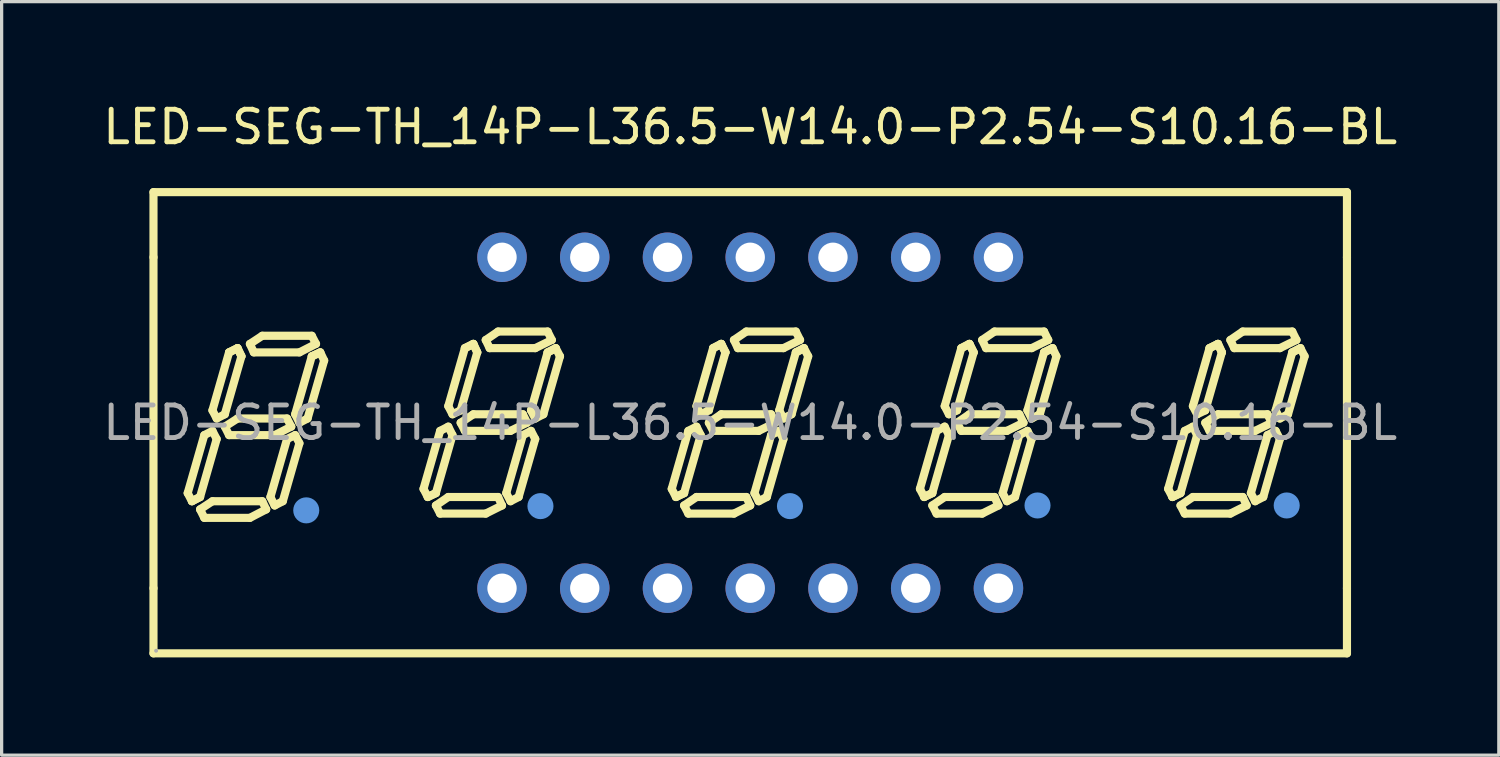
<source format=kicad_pcb>
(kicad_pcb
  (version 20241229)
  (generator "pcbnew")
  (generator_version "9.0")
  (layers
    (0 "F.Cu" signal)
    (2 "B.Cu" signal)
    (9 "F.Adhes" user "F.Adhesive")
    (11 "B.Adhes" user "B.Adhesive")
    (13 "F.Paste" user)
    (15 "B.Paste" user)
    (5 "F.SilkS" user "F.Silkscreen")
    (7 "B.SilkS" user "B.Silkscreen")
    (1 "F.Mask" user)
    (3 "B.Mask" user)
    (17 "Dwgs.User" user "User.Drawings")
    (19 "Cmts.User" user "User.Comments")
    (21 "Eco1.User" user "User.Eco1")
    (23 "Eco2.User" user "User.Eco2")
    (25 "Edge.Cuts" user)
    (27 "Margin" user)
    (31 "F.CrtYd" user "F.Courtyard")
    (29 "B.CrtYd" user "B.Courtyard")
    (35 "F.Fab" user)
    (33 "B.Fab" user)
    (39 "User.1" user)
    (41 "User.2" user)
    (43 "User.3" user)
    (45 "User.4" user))
  (footprint "LED-SEG-TH_14P-L36.5-W14.0-P2.54-S10.16-BL"
    (layer "F.Cu")
    (at 19.982 9.928)
    (property "Reference" "LED-SEG-TH_14P-L36.5-W14.0-P2.54-S10.16-BL" (at 0 -9.08 0) (layer "F.SilkS") (effects (font (size 1 1) (thickness 0.15))))
    (attr through_hole)
    (fp_line (start -18.32 -7.08) (end 18.32 -7.08) (stroke (width 0.25) (type solid)) (layer "F.SilkS"))
    (fp_line (start -18.32 -5.08) (end -18.32 -7.08) (stroke (width 0.25) (type solid)) (layer "F.SilkS"))
    (fp_line (start -18.32 5.08) (end -18.32 -5.08) (stroke (width 0.25) (type solid)) (layer "F.SilkS"))
    (fp_line (start -18.32 7.08) (end -18.32 5.08) (stroke (width 0.25) (type solid)) (layer "F.SilkS"))
    (fp_line (start -17.27 2.16) (end -17.14 2.41) (stroke (width 0.25) (type solid)) (layer "F.SilkS"))
    (fp_line (start -17.14 2.41) (end -16.89 2.28) (stroke (width 0.25) (type solid)) (layer "F.SilkS"))
    (fp_line (start -17.14 2.41) (end -16.89 2.28) (stroke (width 0.25) (type solid)) (layer "F.SilkS"))
    (fp_line (start -16.89 2.28) (end -16.38 0.5) (stroke (width 0.25) (type solid)) (layer "F.SilkS"))
    (fp_line (start -16.89 2.66) (end -16.51 2.41) (stroke (width 0.25) (type solid)) (layer "F.SilkS"))
    (fp_line (start -16.76 0.38) (end -17.27 2.16) (stroke (width 0.25) (type solid)) (layer "F.SilkS"))
    (fp_line (start -16.76 2.92) (end -16.89 2.66) (stroke (width 0.25) (type solid)) (layer "F.SilkS"))
    (fp_line (start -16.51 -0.38) (end -16.38 -0.13) (stroke (width 0.25) (type solid)) (layer "F.SilkS"))
    (fp_line (start -16.51 0.25) (end -16.76 0.38) (stroke (width 0.25) (type solid)) (layer "F.SilkS"))
    (fp_line (start -16.51 2.41) (end -14.98 2.41) (stroke (width 0.25) (type solid)) (layer "F.SilkS"))
    (fp_line (start -16.38 -0.13) (end -16.13 -0.26) (stroke (width 0.25) (type solid)) (layer "F.SilkS"))
    (fp_line (start -16.38 0.5) (end -16.51 0.25) (stroke (width 0.25) (type solid)) (layer "F.SilkS"))
    (fp_line (start -16.13 -0.26) (end -15.62 -2.04) (stroke (width 0.25) (type solid)) (layer "F.SilkS"))
    (fp_line (start -16.13 0.12) (end -15.74 -0.13) (stroke (width 0.25) (type solid)) (layer "F.SilkS"))
    (fp_line (start -16 -2.16) (end -16.51 -0.38) (stroke (width 0.25) (type solid)) (layer "F.SilkS"))
    (fp_line (start -16 0.38) (end -16.13 0.12) (stroke (width 0.25) (type solid)) (layer "F.SilkS"))
    (fp_line (start -15.74 -2.29) (end -16 -2.16) (stroke (width 0.25) (type solid)) (layer "F.SilkS"))
    (fp_line (start -15.74 -2.29) (end -16 -2.16) (stroke (width 0.25) (type solid)) (layer "F.SilkS"))
    (fp_line (start -15.74 -0.13) (end -14.22 -0.13) (stroke (width 0.25) (type solid)) (layer "F.SilkS"))
    (fp_line (start -15.62 -2.04) (end -15.74 -2.29) (stroke (width 0.25) (type solid)) (layer "F.SilkS"))
    (fp_line (start -15.62 -2.04) (end -15.74 -2.29) (stroke (width 0.25) (type solid)) (layer "F.SilkS"))
    (fp_line (start -15.36 -2.42) (end -14.98 -2.67) (stroke (width 0.25) (type solid)) (layer "F.SilkS"))
    (fp_line (start -15.36 2.92) (end -16.76 2.92) (stroke (width 0.25) (type solid)) (layer "F.SilkS"))
    (fp_line (start -15.24 -2.16) (end -15.36 -2.42) (stroke (width 0.25) (type solid)) (layer "F.SilkS"))
    (fp_line (start -14.98 -2.67) (end -13.46 -2.67) (stroke (width 0.25) (type solid)) (layer "F.SilkS"))
    (fp_line (start -14.98 2.41) (end -14.86 2.66) (stroke (width 0.25) (type solid)) (layer "F.SilkS"))
    (fp_line (start -14.86 2.66) (end -15.36 2.92) (stroke (width 0.25) (type solid)) (layer "F.SilkS"))
    (fp_line (start -14.73 2.28) (end -14.6 2.54) (stroke (width 0.25) (type solid)) (layer "F.SilkS"))
    (fp_line (start -14.6 0.38) (end -16 0.38) (stroke (width 0.25) (type solid)) (layer "F.SilkS"))
    (fp_line (start -14.6 2.54) (end -14.35 2.41) (stroke (width 0.25) (type solid)) (layer "F.SilkS"))
    (fp_line (start -14.35 2.41) (end -13.84 0.63) (stroke (width 0.25) (type solid)) (layer "F.SilkS"))
    (fp_line (start -14.22 -0.13) (end -14.09 0.12) (stroke (width 0.25) (type solid)) (layer "F.SilkS"))
    (fp_line (start -14.22 0.5) (end -14.73 2.28) (stroke (width 0.25) (type solid)) (layer "F.SilkS"))
    (fp_line (start -14.09 0.12) (end -14.6 0.38) (stroke (width 0.25) (type solid)) (layer "F.SilkS"))
    (fp_line (start -13.97 -0.26) (end -13.84 0) (stroke (width 0.25) (type solid)) (layer "F.SilkS"))
    (fp_line (start -13.97 0.38) (end -14.22 0.5) (stroke (width 0.25) (type solid)) (layer "F.SilkS"))
    (fp_line (start -13.84 -2.16) (end -15.24 -2.16) (stroke (width 0.25) (type solid)) (layer "F.SilkS"))
    (fp_line (start -13.84 0) (end -13.59 -0.13) (stroke (width 0.25) (type solid)) (layer "F.SilkS"))
    (fp_line (start -13.84 0.63) (end -13.97 0.38) (stroke (width 0.25) (type solid)) (layer "F.SilkS"))
    (fp_line (start -13.59 -0.13) (end -13.08 -1.91) (stroke (width 0.25) (type solid)) (layer "F.SilkS"))
    (fp_line (start -13.46 -2.67) (end -13.33 -2.42) (stroke (width 0.25) (type solid)) (layer "F.SilkS"))
    (fp_line (start -13.46 -2.04) (end -13.97 -0.26) (stroke (width 0.25) (type solid)) (layer "F.SilkS"))
    (fp_line (start -13.46 -2.04) (end -13.2 -2.16) (stroke (width 0.25) (type solid)) (layer "F.SilkS"))
    (fp_line (start -13.33 -2.42) (end -13.84 -2.16) (stroke (width 0.25) (type solid)) (layer "F.SilkS"))
    (fp_line (start -13.2 -2.16) (end -13.46 -2.04) (stroke (width 0.25) (type solid)) (layer "F.SilkS"))
    (fp_line (start -13.08 -1.91) (end -13.2 -2.16) (stroke (width 0.25) (type solid)) (layer "F.SilkS"))
    (fp_line (start -10.03 2.03) (end -9.9 2.28) (stroke (width 0.25) (type solid)) (layer "F.SilkS"))
    (fp_line (start -9.9 2.28) (end -9.65 2.16) (stroke (width 0.25) (type solid)) (layer "F.SilkS"))
    (fp_line (start -9.9 2.28) (end -9.65 2.16) (stroke (width 0.25) (type solid)) (layer "F.SilkS"))
    (fp_line (start -9.65 2.16) (end -9.14 0.38) (stroke (width 0.25) (type solid)) (layer "F.SilkS"))
    (fp_line (start -9.65 2.54) (end -9.27 2.28) (stroke (width 0.25) (type solid)) (layer "F.SilkS"))
    (fp_line (start -9.52 0.25) (end -10.03 2.03) (stroke (width 0.25) (type solid)) (layer "F.SilkS"))
    (fp_line (start -9.52 2.79) (end -9.65 2.54) (stroke (width 0.25) (type solid)) (layer "F.SilkS"))
    (fp_line (start -9.27 -0.51) (end -9.14 -0.26) (stroke (width 0.25) (type solid)) (layer "F.SilkS"))
    (fp_line (start -9.27 0.12) (end -9.52 0.25) (stroke (width 0.25) (type solid)) (layer "F.SilkS"))
    (fp_line (start -9.27 2.28) (end -7.74 2.28) (stroke (width 0.25) (type solid)) (layer "F.SilkS"))
    (fp_line (start -9.14 -0.26) (end -8.89 -0.38) (stroke (width 0.25) (type solid)) (layer "F.SilkS"))
    (fp_line (start -9.14 0.38) (end -9.27 0.12) (stroke (width 0.25) (type solid)) (layer "F.SilkS"))
    (fp_line (start -8.89 -0.38) (end -8.38 -2.16) (stroke (width 0.25) (type solid)) (layer "F.SilkS"))
    (fp_line (start -8.89 0) (end -8.5 -0.26) (stroke (width 0.25) (type solid)) (layer "F.SilkS"))
    (fp_line (start -8.76 -2.29) (end -9.27 -0.51) (stroke (width 0.25) (type solid)) (layer "F.SilkS"))
    (fp_line (start -8.76 -2.29) (end -8.5 -2.42) (stroke (width 0.25) (type solid)) (layer "F.SilkS"))
    (fp_line (start -8.76 0.25) (end -8.89 0) (stroke (width 0.25) (type solid)) (layer "F.SilkS"))
    (fp_line (start -8.5 -2.42) (end -8.76 -2.29) (stroke (width 0.25) (type solid)) (layer "F.SilkS"))
    (fp_line (start -8.5 -2.42) (end -8.38 -2.16) (stroke (width 0.25) (type solid)) (layer "F.SilkS"))
    (fp_line (start -8.5 -0.26) (end -6.98 -0.26) (stroke (width 0.25) (type solid)) (layer "F.SilkS"))
    (fp_line (start -8.38 -2.16) (end -8.5 -2.42) (stroke (width 0.25) (type solid)) (layer "F.SilkS"))
    (fp_line (start -8.12 -2.54) (end -7.74 -2.8) (stroke (width 0.25) (type solid)) (layer "F.SilkS"))
    (fp_line (start -8.12 2.79) (end -9.52 2.79) (stroke (width 0.25) (type solid)) (layer "F.SilkS"))
    (fp_line (start -8 -2.29) (end -8.12 -2.54) (stroke (width 0.25) (type solid)) (layer "F.SilkS"))
    (fp_line (start -7.74 -2.8) (end -6.22 -2.8) (stroke (width 0.25) (type solid)) (layer "F.SilkS"))
    (fp_line (start -7.74 2.28) (end -7.62 2.54) (stroke (width 0.25) (type solid)) (layer "F.SilkS"))
    (fp_line (start -7.62 2.54) (end -8.12 2.79) (stroke (width 0.25) (type solid)) (layer "F.SilkS"))
    (fp_line (start -7.49 2.16) (end -7.36 2.41) (stroke (width 0.25) (type solid)) (layer "F.SilkS"))
    (fp_line (start -7.36 0.25) (end -8.76 0.25) (stroke (width 0.25) (type solid)) (layer "F.SilkS"))
    (fp_line (start -7.36 2.41) (end -7.11 2.28) (stroke (width 0.25) (type solid)) (layer "F.SilkS"))
    (fp_line (start -7.11 2.28) (end -6.6 0.5) (stroke (width 0.25) (type solid)) (layer "F.SilkS"))
    (fp_line (start -6.98 -0.26) (end -6.85 0) (stroke (width 0.25) (type solid)) (layer "F.SilkS"))
    (fp_line (start -6.98 0.38) (end -7.49 2.16) (stroke (width 0.25) (type solid)) (layer "F.SilkS"))
    (fp_line (start -6.85 0) (end -7.36 0.25) (stroke (width 0.25) (type solid)) (layer "F.SilkS"))
    (fp_line (start -6.73 -0.38) (end -6.22 -2.16) (stroke (width 0.25) (type solid)) (layer "F.SilkS"))
    (fp_line (start -6.73 0.25) (end -6.98 0.38) (stroke (width 0.25) (type solid)) (layer "F.SilkS"))
    (fp_line (start -6.6 -2.29) (end -8 -2.29) (stroke (width 0.25) (type solid)) (layer "F.SilkS"))
    (fp_line (start -6.6 -0.13) (end -6.73 -0.38) (stroke (width 0.25) (type solid)) (layer "F.SilkS"))
    (fp_line (start -6.6 0.5) (end -6.73 0.25) (stroke (width 0.25) (type solid)) (layer "F.SilkS"))
    (fp_line (start -6.35 -0.26) (end -6.6 -0.13) (stroke (width 0.25) (type solid)) (layer "F.SilkS"))
    (fp_line (start -6.22 -2.8) (end -6.09 -2.54) (stroke (width 0.25) (type solid)) (layer "F.SilkS"))
    (fp_line (start -6.22 -2.16) (end -5.97 -2.29) (stroke (width 0.25) (type solid)) (layer "F.SilkS"))
    (fp_line (start -6.09 -2.54) (end -6.6 -2.29) (stroke (width 0.25) (type solid)) (layer "F.SilkS"))
    (fp_line (start -5.97 -2.29) (end -6.22 -2.16) (stroke (width 0.25) (type solid)) (layer "F.SilkS"))
    (fp_line (start -5.97 -2.29) (end -5.84 -2.04) (stroke (width 0.25) (type solid)) (layer "F.SilkS"))
    (fp_line (start -5.84 -2.04) (end -6.35 -0.26) (stroke (width 0.25) (type solid)) (layer "F.SilkS"))
    (fp_line (start -2.41 2.03) (end -2.28 2.28) (stroke (width 0.25) (type solid)) (layer "F.SilkS"))
    (fp_line (start -2.28 2.28) (end -2.03 2.16) (stroke (width 0.25) (type solid)) (layer "F.SilkS"))
    (fp_line (start -2.28 2.28) (end -2.03 2.16) (stroke (width 0.25) (type solid)) (layer "F.SilkS"))
    (fp_line (start -2.03 2.16) (end -1.52 0.38) (stroke (width 0.25) (type solid)) (layer "F.SilkS"))
    (fp_line (start -2.03 2.54) (end -1.65 2.28) (stroke (width 0.25) (type solid)) (layer "F.SilkS"))
    (fp_line (start -1.9 0.25) (end -2.41 2.03) (stroke (width 0.25) (type solid)) (layer "F.SilkS"))
    (fp_line (start -1.9 2.79) (end -2.03 2.54) (stroke (width 0.25) (type solid)) (layer "F.SilkS"))
    (fp_line (start -1.65 -0.51) (end -1.52 -0.26) (stroke (width 0.25) (type solid)) (layer "F.SilkS"))
    (fp_line (start -1.65 0.12) (end -1.9 0.25) (stroke (width 0.25) (type solid)) (layer "F.SilkS"))
    (fp_line (start -1.65 2.28) (end -0.12 2.28) (stroke (width 0.25) (type solid)) (layer "F.SilkS"))
    (fp_line (start -1.52 -0.26) (end -1.27 -0.38) (stroke (width 0.25) (type solid)) (layer "F.SilkS"))
    (fp_line (start -1.52 0.38) (end -1.65 0.12) (stroke (width 0.25) (type solid)) (layer "F.SilkS"))
    (fp_line (start -1.27 -0.38) (end -0.76 -2.16) (stroke (width 0.25) (type solid)) (layer "F.SilkS"))
    (fp_line (start -1.27 0) (end -0.89 -0.26) (stroke (width 0.25) (type solid)) (layer "F.SilkS"))
    (fp_line (start -1.14 -2.29) (end -1.65 -0.51) (stroke (width 0.25) (type solid)) (layer "F.SilkS"))
    (fp_line (start -1.14 0.25) (end -1.27 0) (stroke (width 0.25) (type solid)) (layer "F.SilkS"))
    (fp_line (start -0.89 -2.42) (end -1.14 -2.29) (stroke (width 0.25) (type solid)) (layer "F.SilkS"))
    (fp_line (start -0.89 -2.42) (end -1.14 -2.29) (stroke (width 0.25) (type solid)) (layer "F.SilkS"))
    (fp_line (start -0.89 -0.26) (end 0.64 -0.26) (stroke (width 0.25) (type solid)) (layer "F.SilkS"))
    (fp_line (start -0.76 -2.16) (end -0.89 -2.42) (stroke (width 0.25) (type solid)) (layer "F.SilkS"))
    (fp_line (start -0.76 -2.16) (end -0.89 -2.42) (stroke (width 0.25) (type solid)) (layer "F.SilkS"))
    (fp_line (start -0.5 -2.54) (end -0.12 -2.8) (stroke (width 0.25) (type solid)) (layer "F.SilkS"))
    (fp_line (start -0.5 2.79) (end -1.9 2.79) (stroke (width 0.25) (type solid)) (layer "F.SilkS"))
    (fp_line (start -0.38 -2.29) (end -0.5 -2.54) (stroke (width 0.25) (type solid)) (layer "F.SilkS"))
    (fp_line (start -0.12 -2.8) (end 1.4 -2.8) (stroke (width 0.25) (type solid)) (layer "F.SilkS"))
    (fp_line (start -0.12 2.28) (end 0 2.54) (stroke (width 0.25) (type solid)) (layer "F.SilkS"))
    (fp_line (start 0 2.54) (end -0.5 2.79) (stroke (width 0.25) (type solid)) (layer "F.SilkS"))
    (fp_line (start 0.13 2.16) (end 0.26 2.41) (stroke (width 0.25) (type solid)) (layer "F.SilkS"))
    (fp_line (start 0.26 0.25) (end -1.14 0.25) (stroke (width 0.25) (type solid)) (layer "F.SilkS"))
    (fp_line (start 0.26 2.41) (end 0.51 2.28) (stroke (width 0.25) (type solid)) (layer "F.SilkS"))
    (fp_line (start 0.51 2.28) (end 1.02 0.5) (stroke (width 0.25) (type solid)) (layer "F.SilkS"))
    (fp_line (start 0.64 -0.26) (end 0.77 0) (stroke (width 0.25) (type solid)) (layer "F.SilkS"))
    (fp_line (start 0.64 0.38) (end 0.13 2.16) (stroke (width 0.25) (type solid)) (layer "F.SilkS"))
    (fp_line (start 0.77 0) (end 0.26 0.25) (stroke (width 0.25) (type solid)) (layer "F.SilkS"))
    (fp_line (start 0.89 -0.38) (end 1.02 -0.13) (stroke (width 0.25) (type solid)) (layer "F.SilkS"))
    (fp_line (start 0.89 0.25) (end 0.64 0.38) (stroke (width 0.25) (type solid)) (layer "F.SilkS"))
    (fp_line (start 1.02 -2.29) (end -0.38 -2.29) (stroke (width 0.25) (type solid)) (layer "F.SilkS"))
    (fp_line (start 1.02 -0.13) (end 1.27 -0.26) (stroke (width 0.25) (type solid)) (layer "F.SilkS"))
    (fp_line (start 1.02 0.5) (end 0.89 0.25) (stroke (width 0.25) (type solid)) (layer "F.SilkS"))
    (fp_line (start 1.27 -0.26) (end 1.78 -2.04) (stroke (width 0.25) (type solid)) (layer "F.SilkS"))
    (fp_line (start 1.4 -2.8) (end 1.53 -2.54) (stroke (width 0.25) (type solid)) (layer "F.SilkS"))
    (fp_line (start 1.4 -2.16) (end 0.89 -0.38) (stroke (width 0.25) (type solid)) (layer "F.SilkS"))
    (fp_line (start 1.4 -2.16) (end 1.65 -2.29) (stroke (width 0.25) (type solid)) (layer "F.SilkS"))
    (fp_line (start 1.53 -2.54) (end 1.02 -2.29) (stroke (width 0.25) (type solid)) (layer "F.SilkS"))
    (fp_line (start 1.65 -2.29) (end 1.4 -2.16) (stroke (width 0.25) (type solid)) (layer "F.SilkS"))
    (fp_line (start 1.78 -2.04) (end 1.65 -2.29) (stroke (width 0.25) (type solid)) (layer "F.SilkS"))
    (fp_line (start 5.21 2.03) (end 5.34 2.28) (stroke (width 0.25) (type solid)) (layer "F.SilkS"))
    (fp_line (start 5.34 2.28) (end 5.59 2.16) (stroke (width 0.25) (type solid)) (layer "F.SilkS"))
    (fp_line (start 5.34 2.28) (end 5.59 2.16) (stroke (width 0.25) (type solid)) (layer "F.SilkS"))
    (fp_line (start 5.59 2.16) (end 6.1 0.38) (stroke (width 0.25) (type solid)) (layer "F.SilkS"))
    (fp_line (start 5.59 2.54) (end 5.97 2.28) (stroke (width 0.25) (type solid)) (layer "F.SilkS"))
    (fp_line (start 5.72 0.25) (end 5.21 2.03) (stroke (width 0.25) (type solid)) (layer "F.SilkS"))
    (fp_line (start 5.72 2.79) (end 5.59 2.54) (stroke (width 0.25) (type solid)) (layer "F.SilkS"))
    (fp_line (start 5.97 -0.51) (end 6.1 -0.26) (stroke (width 0.25) (type solid)) (layer "F.SilkS"))
    (fp_line (start 5.97 0.12) (end 5.72 0.25) (stroke (width 0.25) (type solid)) (layer "F.SilkS"))
    (fp_line (start 5.97 2.28) (end 7.5 2.28) (stroke (width 0.25) (type solid)) (layer "F.SilkS"))
    (fp_line (start 6.1 -0.26) (end 6.35 -0.38) (stroke (width 0.25) (type solid)) (layer "F.SilkS"))
    (fp_line (start 6.1 0.38) (end 5.97 0.12) (stroke (width 0.25) (type solid)) (layer "F.SilkS"))
    (fp_line (start 6.35 -0.38) (end 6.86 -2.16) (stroke (width 0.25) (type solid)) (layer "F.SilkS"))
    (fp_line (start 6.35 0) (end 6.73 -0.26) (stroke (width 0.25) (type solid)) (layer "F.SilkS"))
    (fp_line (start 6.48 -2.29) (end 5.97 -0.51) (stroke (width 0.25) (type solid)) (layer "F.SilkS"))
    (fp_line (start 6.48 0.25) (end 6.35 0) (stroke (width 0.25) (type solid)) (layer "F.SilkS"))
    (fp_line (start 6.73 -2.42) (end 6.48 -2.29) (stroke (width 0.25) (type solid)) (layer "F.SilkS"))
    (fp_line (start 6.73 -2.42) (end 6.48 -2.29) (stroke (width 0.25) (type solid)) (layer "F.SilkS"))
    (fp_line (start 6.73 -0.26) (end 8.26 -0.26) (stroke (width 0.25) (type solid)) (layer "F.SilkS"))
    (fp_line (start 6.86 -2.16) (end 6.73 -2.42) (stroke (width 0.25) (type solid)) (layer "F.SilkS"))
    (fp_line (start 6.86 -2.16) (end 6.73 -2.42) (stroke (width 0.25) (type solid)) (layer "F.SilkS"))
    (fp_line (start 7.12 -2.54) (end 7.5 -2.8) (stroke (width 0.25) (type solid)) (layer "F.SilkS"))
    (fp_line (start 7.12 2.79) (end 5.72 2.79) (stroke (width 0.25) (type solid)) (layer "F.SilkS"))
    (fp_line (start 7.24 -2.29) (end 7.12 -2.54) (stroke (width 0.25) (type solid)) (layer "F.SilkS"))
    (fp_line (start 7.5 -2.8) (end 9.02 -2.8) (stroke (width 0.25) (type solid)) (layer "F.SilkS"))
    (fp_line (start 7.5 2.28) (end 7.62 2.54) (stroke (width 0.25) (type solid)) (layer "F.SilkS"))
    (fp_line (start 7.62 2.54) (end 7.12 2.79) (stroke (width 0.25) (type solid)) (layer "F.SilkS"))
    (fp_line (start 7.75 2.16) (end 7.88 2.41) (stroke (width 0.25) (type solid)) (layer "F.SilkS"))
    (fp_line (start 7.88 0.25) (end 6.48 0.25) (stroke (width 0.25) (type solid)) (layer "F.SilkS"))
    (fp_line (start 7.88 2.41) (end 8.13 2.28) (stroke (width 0.25) (type solid)) (layer "F.SilkS"))
    (fp_line (start 8.13 2.28) (end 8.64 0.5) (stroke (width 0.25) (type solid)) (layer "F.SilkS"))
    (fp_line (start 8.26 -0.26) (end 8.39 0) (stroke (width 0.25) (type solid)) (layer "F.SilkS"))
    (fp_line (start 8.26 0.38) (end 7.75 2.16) (stroke (width 0.25) (type solid)) (layer "F.SilkS"))
    (fp_line (start 8.39 0) (end 7.88 0.25) (stroke (width 0.25) (type solid)) (layer "F.SilkS"))
    (fp_line (start 8.51 -0.38) (end 8.64 -0.13) (stroke (width 0.25) (type solid)) (layer "F.SilkS"))
    (fp_line (start 8.51 0.25) (end 8.26 0.38) (stroke (width 0.25) (type solid)) (layer "F.SilkS"))
    (fp_line (start 8.64 -2.29) (end 7.24 -2.29) (stroke (width 0.25) (type solid)) (layer "F.SilkS"))
    (fp_line (start 8.64 -0.13) (end 8.89 -0.26) (stroke (width 0.25) (type solid)) (layer "F.SilkS"))
    (fp_line (start 8.64 0.5) (end 8.51 0.25) (stroke (width 0.25) (type solid)) (layer "F.SilkS"))
    (fp_line (start 8.89 -0.26) (end 9.4 -2.04) (stroke (width 0.25) (type solid)) (layer "F.SilkS"))
    (fp_line (start 9.02 -2.8) (end 9.15 -2.54) (stroke (width 0.25) (type solid)) (layer "F.SilkS"))
    (fp_line (start 9.02 -2.16) (end 8.51 -0.38) (stroke (width 0.25) (type solid)) (layer "F.SilkS"))
    (fp_line (start 9.02 -2.16) (end 9.28 -2.29) (stroke (width 0.25) (type solid)) (layer "F.SilkS"))
    (fp_line (start 9.15 -2.54) (end 8.64 -2.29) (stroke (width 0.25) (type solid)) (layer "F.SilkS"))
    (fp_line (start 9.28 -2.29) (end 9.02 -2.16) (stroke (width 0.25) (type solid)) (layer "F.SilkS"))
    (fp_line (start 9.4 -2.04) (end 9.28 -2.29) (stroke (width 0.25) (type solid)) (layer "F.SilkS"))
    (fp_line (start 12.83 2.03) (end 12.96 2.28) (stroke (width 0.25) (type solid)) (layer "F.SilkS"))
    (fp_line (start 12.96 2.28) (end 13.21 2.16) (stroke (width 0.25) (type solid)) (layer "F.SilkS"))
    (fp_line (start 12.96 2.28) (end 13.21 2.16) (stroke (width 0.25) (type solid)) (layer "F.SilkS"))
    (fp_line (start 13.21 2.16) (end 13.72 0.38) (stroke (width 0.25) (type solid)) (layer "F.SilkS"))
    (fp_line (start 13.21 2.54) (end 13.59 2.28) (stroke (width 0.25) (type solid)) (layer "F.SilkS"))
    (fp_line (start 13.34 0.25) (end 12.83 2.03) (stroke (width 0.25) (type solid)) (layer "F.SilkS"))
    (fp_line (start 13.34 2.79) (end 13.21 2.54) (stroke (width 0.25) (type solid)) (layer "F.SilkS"))
    (fp_line (start 13.59 -0.51) (end 13.72 -0.26) (stroke (width 0.25) (type solid)) (layer "F.SilkS"))
    (fp_line (start 13.59 0.12) (end 13.34 0.25) (stroke (width 0.25) (type solid)) (layer "F.SilkS"))
    (fp_line (start 13.59 2.28) (end 15.12 2.28) (stroke (width 0.25) (type solid)) (layer "F.SilkS"))
    (fp_line (start 13.72 -0.26) (end 13.97 -0.38) (stroke (width 0.25) (type solid)) (layer "F.SilkS"))
    (fp_line (start 13.72 0.38) (end 13.59 0.12) (stroke (width 0.25) (type solid)) (layer "F.SilkS"))
    (fp_line (start 13.97 -0.38) (end 14.48 -2.16) (stroke (width 0.25) (type solid)) (layer "F.SilkS"))
    (fp_line (start 13.97 0) (end 14.36 -0.26) (stroke (width 0.25) (type solid)) (layer "F.SilkS"))
    (fp_line (start 14.1 -2.29) (end 13.59 -0.51) (stroke (width 0.25) (type solid)) (layer "F.SilkS"))
    (fp_line (start 14.1 0.25) (end 13.97 0) (stroke (width 0.25) (type solid)) (layer "F.SilkS"))
    (fp_line (start 14.36 -2.42) (end 14.1 -2.29) (stroke (width 0.25) (type solid)) (layer "F.SilkS"))
    (fp_line (start 14.36 -2.42) (end 14.1 -2.29) (stroke (width 0.25) (type solid)) (layer "F.SilkS"))
    (fp_line (start 14.36 -0.26) (end 15.88 -0.26) (stroke (width 0.25) (type solid)) (layer "F.SilkS"))
    (fp_line (start 14.48 -2.16) (end 14.36 -2.42) (stroke (width 0.25) (type solid)) (layer "F.SilkS"))
    (fp_line (start 14.48 -2.16) (end 14.36 -2.42) (stroke (width 0.25) (type solid)) (layer "F.SilkS"))
    (fp_line (start 14.74 -2.54) (end 15.12 -2.8) (stroke (width 0.25) (type solid)) (layer "F.SilkS"))
    (fp_line (start 14.74 2.79) (end 13.34 2.79) (stroke (width 0.25) (type solid)) (layer "F.SilkS"))
    (fp_line (start 14.86 -2.29) (end 14.74 -2.54) (stroke (width 0.25) (type solid)) (layer "F.SilkS"))
    (fp_line (start 15.12 -2.8) (end 16.64 -2.8) (stroke (width 0.25) (type solid)) (layer "F.SilkS"))
    (fp_line (start 15.12 2.28) (end 15.24 2.54) (stroke (width 0.25) (type solid)) (layer "F.SilkS"))
    (fp_line (start 15.24 2.54) (end 14.74 2.79) (stroke (width 0.25) (type solid)) (layer "F.SilkS"))
    (fp_line (start 15.37 2.16) (end 15.5 2.41) (stroke (width 0.25) (type solid)) (layer "F.SilkS"))
    (fp_line (start 15.5 0.25) (end 14.1 0.25) (stroke (width 0.25) (type solid)) (layer "F.SilkS"))
    (fp_line (start 15.5 2.41) (end 15.75 2.28) (stroke (width 0.25) (type solid)) (layer "F.SilkS"))
    (fp_line (start 15.75 2.28) (end 16.26 0.5) (stroke (width 0.25) (type solid)) (layer "F.SilkS"))
    (fp_line (start 15.88 -0.26) (end 16.01 0) (stroke (width 0.25) (type solid)) (layer "F.SilkS"))
    (fp_line (start 15.88 0.38) (end 15.37 2.16) (stroke (width 0.25) (type solid)) (layer "F.SilkS"))
    (fp_line (start 16.01 0) (end 15.5 0.25) (stroke (width 0.25) (type solid)) (layer "F.SilkS"))
    (fp_line (start 16.13 -0.38) (end 16.26 -0.13) (stroke (width 0.25) (type solid)) (layer "F.SilkS"))
    (fp_line (start 16.13 0.25) (end 15.88 0.38) (stroke (width 0.25) (type solid)) (layer "F.SilkS"))
    (fp_line (start 16.26 -2.29) (end 14.86 -2.29) (stroke (width 0.25) (type solid)) (layer "F.SilkS"))
    (fp_line (start 16.26 -0.13) (end 16.51 -0.26) (stroke (width 0.25) (type solid)) (layer "F.SilkS"))
    (fp_line (start 16.26 0.5) (end 16.13 0.25) (stroke (width 0.25) (type solid)) (layer "F.SilkS"))
    (fp_line (start 16.51 -0.26) (end 17.02 -2.04) (stroke (width 0.25) (type solid)) (layer "F.SilkS"))
    (fp_line (start 16.64 -2.8) (end 16.77 -2.54) (stroke (width 0.25) (type solid)) (layer "F.SilkS"))
    (fp_line (start 16.64 -2.16) (end 16.13 -0.38) (stroke (width 0.25) (type solid)) (layer "F.SilkS"))
    (fp_line (start 16.64 -2.16) (end 16.89 -2.29) (stroke (width 0.25) (type solid)) (layer "F.SilkS"))
    (fp_line (start 16.77 -2.54) (end 16.26 -2.29) (stroke (width 0.25) (type solid)) (layer "F.SilkS"))
    (fp_line (start 16.89 -2.29) (end 16.64 -2.16) (stroke (width 0.25) (type solid)) (layer "F.SilkS"))
    (fp_line (start 17.02 -2.04) (end 16.89 -2.29) (stroke (width 0.25) (type solid)) (layer "F.SilkS"))
    (fp_line (start 18.32 -7.08) (end 18.32 -5.08) (stroke (width 0.25) (type solid)) (layer "F.SilkS"))
    (fp_line (start 18.32 -5.08) (end 18.32 5.08) (stroke (width 0.25) (type solid)) (layer "F.SilkS"))
    (fp_line (start 18.32 5.08) (end 18.32 7.08) (stroke (width 0.25) (type solid)) (layer "F.SilkS"))
    (fp_line (start 18.32 7.08) (end -18.32 7.08) (stroke (width 0.25) (type solid)) (layer "F.SilkS"))
    (fp_arc (start -13.63 2.48) (mid -13.645001 2.840208) (end -13.640001 2.479722) (stroke (width 0.25) (type solid)) (layer "F.SilkS"))
    (fp_arc (start -6.39 2.36) (mid -6.405001 2.720208) (end -6.400001 2.359722) (stroke (width 0.25) (type solid)) (layer "F.SilkS"))
    (fp_arc (start 1.23 2.36) (mid 1.214999 2.720208) (end 1.219999 2.359722) (stroke (width 0.25) (type solid)) (layer "F.SilkS"))
    (fp_arc (start 8.85 2.36) (mid 8.834999 2.720208) (end 8.839999 2.359722) (stroke (width 0.25) (type solid)) (layer "F.SilkS"))
    (fp_arc (start 16.47 2.36) (mid 16.454999 2.720208) (end 16.459999 2.359722) (stroke (width 0.25) (type solid)) (layer "F.SilkS"))
    (fp_circle (center -13.63 2.69) (end -13.43 2.69) (stroke (width 0.4) (type solid)) (fill no) (layer "Cmts.User"))
    (fp_circle (center -6.44 2.56) (end -6.24 2.56) (stroke (width 0.4) (type solid)) (fill no) (layer "Cmts.User"))
    (fp_circle (center 1.22 2.56) (end 1.42 2.56) (stroke (width 0.4) (type solid)) (fill no) (layer "Cmts.User"))
    (fp_circle (center 8.82 2.54) (end 9.02 2.54) (stroke (width 0.4) (type solid)) (fill no) (layer "Cmts.User"))
    (fp_circle (center 16.47 2.54) (end 16.67 2.54) (stroke (width 0.4) (type solid)) (fill no) (layer "Cmts.User"))
    (fp_circle (center -18.24 7) (end -18.21 7) (stroke (width 0.06) (type solid)) (fill no) (layer "F.Fab"))
    (fp_circle (center -7.62 -5.08) (end -7.5 -5.08) (stroke (width 0.25) (type solid)) (fill no) (layer "F.Fab"))
    (fp_circle (center -7.62 5.08) (end -7.5 5.08) (stroke (width 0.25) (type solid)) (fill no) (layer "F.Fab"))
    (fp_circle (center -5.08 -5.08) (end -4.96 -5.08) (stroke (width 0.25) (type solid)) (fill no) (layer "F.Fab"))
    (fp_circle (center -5.08 5.08) (end -4.96 5.08) (stroke (width 0.25) (type solid)) (fill no) (layer "F.Fab"))
    (fp_circle (center -2.54 -5.08) (end -2.42 -5.08) (stroke (width 0.25) (type solid)) (fill no) (layer "F.Fab"))
    (fp_circle (center -2.54 5.08) (end -2.42 5.08) (stroke (width 0.25) (type solid)) (fill no) (layer "F.Fab"))
    (fp_circle (center 0 -5.08) (end 0.12 -5.08) (stroke (width 0.25) (type solid)) (fill no) (layer "F.Fab"))
    (fp_circle (center 0 5.08) (end 0.12 5.08) (stroke (width 0.25) (type solid)) (fill no) (layer "F.Fab"))
    (fp_circle (center 2.54 -5.08) (end 2.66 -5.08) (stroke (width 0.25) (type solid)) (fill no) (layer "F.Fab"))
    (fp_circle (center 2.54 5.08) (end 2.66 5.08) (stroke (width 0.25) (type solid)) (fill no) (layer "F.Fab"))
    (fp_circle (center 5.08 -5.08) (end 5.2 -5.08) (stroke (width 0.25) (type solid)) (fill no) (layer "F.Fab"))
    (fp_circle (center 5.08 5.08) (end 5.2 5.08) (stroke (width 0.25) (type solid)) (fill no) (layer "F.Fab"))
    (fp_circle (center 7.62 -5.08) (end 7.74 -5.08) (stroke (width 0.25) (type solid)) (fill no) (layer "F.Fab"))
    (fp_circle (center 7.62 5.08) (end 7.74 5.08) (stroke (width 0.25) (type solid)) (fill no) (layer "F.Fab"))
    (fp_text user "${REFERENCE}" (at 0 0 0) (layer "F.Fab") (effects (font (size 1 1) (thickness 0.15))))
    (pad "1" thru_hole circle (at -7.62 5.08) (size 1.52 1.52) (drill 0.9) (layers "*.Cu" "*.Paste" "*.Mask"))
    (pad "2" thru_hole circle (at -5.08 5.08) (size 1.52 1.52) (drill 0.9) (layers "*.Cu" "*.Paste" "*.Mask"))
    (pad "3" thru_hole circle (at -2.54 5.08) (size 1.52 1.52) (drill 0.9) (layers "*.Cu" "*.Paste" "*.Mask"))
    (pad "4" thru_hole circle (at 0 5.08) (size 1.52 1.52) (drill 0.9) (layers "*.Cu" "*.Paste" "*.Mask"))
    (pad "5" thru_hole circle (at 2.54 5.08) (size 1.52 1.52) (drill 0.9) (layers "*.Cu" "*.Paste" "*.Mask"))
    (pad "6" thru_hole circle (at 5.08 5.08) (size 1.52 1.52) (drill 0.9) (layers "*.Cu" "*.Paste" "*.Mask"))
    (pad "7" thru_hole circle (at 7.62 5.08) (size 1.52 1.52) (drill 0.9) (layers "*.Cu" "*.Paste" "*.Mask"))
    (pad "8" thru_hole circle (at 7.62 -5.08) (size 1.52 1.52) (drill 0.9) (layers "*.Cu" "*.Paste" "*.Mask"))
    (pad "9" thru_hole circle (at 5.08 -5.08) (size 1.52 1.52) (drill 0.9) (layers "*.Cu" "*.Paste" "*.Mask"))
    (pad "10" thru_hole circle (at 2.54 -5.08) (size 1.52 1.52) (drill 0.9) (layers "*.Cu" "*.Paste" "*.Mask"))
    (pad "11" thru_hole circle (at 0 -5.08) (size 1.52 1.52) (drill 0.9) (layers "*.Cu" "*.Paste" "*.Mask"))
    (pad "12" thru_hole circle (at -2.54 -5.08) (size 1.52 1.52) (drill 0.9) (layers "*.Cu" "*.Paste" "*.Mask"))
    (pad "13" thru_hole circle (at -5.08 -5.08) (size 1.52 1.52) (drill 0.9) (layers "*.Cu" "*.Paste" "*.Mask"))
    (pad "14" thru_hole circle (at -7.62 -5.08) (size 1.52 1.52) (drill 0.9) (layers "*.Cu" "*.Paste" "*.Mask")))
  (gr_rect
    (start -3 -3)
    (end 42.964 20.133)
    (stroke (width 0.1) (type default))
    (fill no)
    (layer "Edge.Cuts")))
</source>
